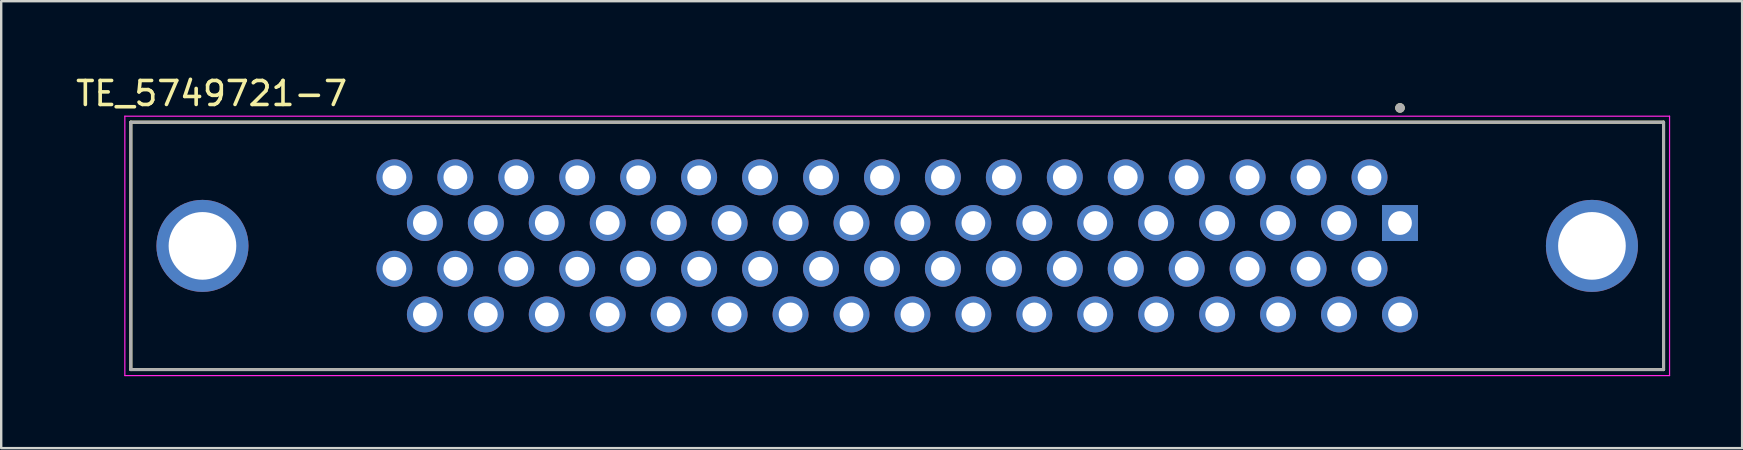
<source format=kicad_pcb>
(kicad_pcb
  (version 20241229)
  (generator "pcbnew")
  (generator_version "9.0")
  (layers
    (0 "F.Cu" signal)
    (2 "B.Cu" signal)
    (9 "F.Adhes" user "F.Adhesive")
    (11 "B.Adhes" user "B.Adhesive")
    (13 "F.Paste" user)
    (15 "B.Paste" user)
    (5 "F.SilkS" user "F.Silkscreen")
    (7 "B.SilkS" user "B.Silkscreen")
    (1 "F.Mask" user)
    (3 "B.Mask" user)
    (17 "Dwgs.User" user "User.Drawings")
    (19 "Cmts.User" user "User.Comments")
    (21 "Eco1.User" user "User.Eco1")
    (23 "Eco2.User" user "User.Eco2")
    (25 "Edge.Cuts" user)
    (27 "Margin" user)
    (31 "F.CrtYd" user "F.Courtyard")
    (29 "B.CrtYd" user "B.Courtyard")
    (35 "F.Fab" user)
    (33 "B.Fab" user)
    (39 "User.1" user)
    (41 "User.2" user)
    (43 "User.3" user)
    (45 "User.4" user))
  (footprint "TE_5749721-7"
    (layer "F.Cu")
    (at 34.343 7.198)
    (property "Reference" "TE_5749721-7" (at -28.575 -6.35 0) (layer "F.SilkS") (effects (font (size 1 1) (thickness 0.15))))
    (attr through_hole)
    (fp_line (start -31.94 -5.155) (end 31.94 -5.155) (stroke (width 0.127) (type solid)) (layer "F.SilkS"))
    (fp_line (start -31.94 5.155) (end -31.94 -5.155) (stroke (width 0.127) (type solid)) (layer "F.SilkS"))
    (fp_line (start 31.94 -5.155) (end 31.94 5.155) (stroke (width 0.127) (type solid)) (layer "F.SilkS"))
    (fp_line (start 31.94 5.155) (end -31.94 5.155) (stroke (width 0.127) (type solid)) (layer "F.SilkS"))
    (fp_circle (center 20.955 -5.75) (end 21.055 -5.75) (stroke (width 0.2) (type solid)) (fill no) (layer "F.SilkS"))
    (fp_line (start -32.19 -5.405) (end 32.19 -5.405) (stroke (width 0.05) (type solid)) (layer "F.CrtYd"))
    (fp_line (start -32.19 5.405) (end -32.19 -5.405) (stroke (width 0.05) (type solid)) (layer "F.CrtYd"))
    (fp_line (start 32.19 -5.405) (end 32.19 5.405) (stroke (width 0.05) (type solid)) (layer "F.CrtYd"))
    (fp_line (start 32.19 5.405) (end -32.19 5.405) (stroke (width 0.05) (type solid)) (layer "F.CrtYd"))
    (fp_line (start -31.94 -5.155) (end 31.94 -5.155) (stroke (width 0.127) (type solid)) (layer "F.Fab"))
    (fp_line (start -31.94 5.155) (end -31.94 -5.155) (stroke (width 0.127) (type solid)) (layer "F.Fab"))
    (fp_line (start 31.94 -5.155) (end 31.94 5.155) (stroke (width 0.127) (type solid)) (layer "F.Fab"))
    (fp_line (start 31.94 5.155) (end -31.94 5.155) (stroke (width 0.127) (type solid)) (layer "F.Fab"))
    (fp_circle (center 20.955 -5.75) (end 21.055 -5.75) (stroke (width 0.2) (type solid)) (fill no) (layer "F.Fab"))
    (pad "1" thru_hole rect (at 20.955 -0.953) (size 1.498 1.498) (drill 0.99) (layers "*.Cu" "*.Mask"))
    (pad "2" thru_hole circle (at 19.685 -2.857) (size 1.498 1.498) (drill 0.99) (layers "*.Cu" "*.Mask"))
    (pad "3" thru_hole circle (at 18.415 -0.953) (size 1.498 1.498) (drill 0.99) (layers "*.Cu" "*.Mask"))
    (pad "4" thru_hole circle (at 17.145 -2.857) (size 1.498 1.498) (drill 0.99) (layers "*.Cu" "*.Mask"))
    (pad "5" thru_hole circle (at 15.875 -0.953) (size 1.498 1.498) (drill 0.99) (layers "*.Cu" "*.Mask"))
    (pad "6" thru_hole circle (at 14.605 -2.857) (size 1.498 1.498) (drill 0.99) (layers "*.Cu" "*.Mask"))
    (pad "7" thru_hole circle (at 13.335 -0.953) (size 1.498 1.498) (drill 0.99) (layers "*.Cu" "*.Mask"))
    (pad "8" thru_hole circle (at 12.065 -2.857) (size 1.498 1.498) (drill 0.99) (layers "*.Cu" "*.Mask"))
    (pad "9" thru_hole circle (at 10.795 -0.953) (size 1.498 1.498) (drill 0.99) (layers "*.Cu" "*.Mask"))
    (pad "10" thru_hole circle (at 9.525 -2.857) (size 1.498 1.498) (drill 0.99) (layers "*.Cu" "*.Mask"))
    (pad "11" thru_hole circle (at 8.255 -0.953) (size 1.498 1.498) (drill 0.99) (layers "*.Cu" "*.Mask"))
    (pad "12" thru_hole circle (at 6.985 -2.857) (size 1.498 1.498) (drill 0.99) (layers "*.Cu" "*.Mask"))
    (pad "13" thru_hole circle (at 5.715 -0.953) (size 1.498 1.498) (drill 0.99) (layers "*.Cu" "*.Mask"))
    (pad "14" thru_hole circle (at 4.445 -2.857) (size 1.498 1.498) (drill 0.99) (layers "*.Cu" "*.Mask"))
    (pad "15" thru_hole circle (at 3.175 -0.953) (size 1.498 1.498) (drill 0.99) (layers "*.Cu" "*.Mask"))
    (pad "16" thru_hole circle (at 1.905 -2.857) (size 1.498 1.498) (drill 0.99) (layers "*.Cu" "*.Mask"))
    (pad "17" thru_hole circle (at 0.635 -0.953) (size 1.498 1.498) (drill 0.99) (layers "*.Cu" "*.Mask"))
    (pad "18" thru_hole circle (at -0.635 -2.857) (size 1.498 1.498) (drill 0.99) (layers "*.Cu" "*.Mask"))
    (pad "19" thru_hole circle (at -1.905 -0.953) (size 1.498 1.498) (drill 0.99) (layers "*.Cu" "*.Mask"))
    (pad "20" thru_hole circle (at -3.175 -2.857) (size 1.498 1.498) (drill 0.99) (layers "*.Cu" "*.Mask"))
    (pad "21" thru_hole circle (at -4.445 -0.953) (size 1.498 1.498) (drill 0.99) (layers "*.Cu" "*.Mask"))
    (pad "22" thru_hole circle (at -5.715 -2.857) (size 1.498 1.498) (drill 0.99) (layers "*.Cu" "*.Mask"))
    (pad "23" thru_hole circle (at -6.985 -0.953) (size 1.498 1.498) (drill 0.99) (layers "*.Cu" "*.Mask"))
    (pad "24" thru_hole circle (at -8.255 -2.857) (size 1.498 1.498) (drill 0.99) (layers "*.Cu" "*.Mask"))
    (pad "25" thru_hole circle (at -9.525 -0.953) (size 1.498 1.498) (drill 0.99) (layers "*.Cu" "*.Mask"))
    (pad "26" thru_hole circle (at -10.795 -2.857) (size 1.498 1.498) (drill 0.99) (layers "*.Cu" "*.Mask"))
    (pad "27" thru_hole circle (at -12.065 -0.953) (size 1.498 1.498) (drill 0.99) (layers "*.Cu" "*.Mask"))
    (pad "28" thru_hole circle (at -13.335 -2.857) (size 1.498 1.498) (drill 0.99) (layers "*.Cu" "*.Mask"))
    (pad "29" thru_hole circle (at -14.605 -0.953) (size 1.498 1.498) (drill 0.99) (layers "*.Cu" "*.Mask"))
    (pad "30" thru_hole circle (at -15.875 -2.857) (size 1.498 1.498) (drill 0.99) (layers "*.Cu" "*.Mask"))
    (pad "31" thru_hole circle (at -17.145 -0.953) (size 1.498 1.498) (drill 0.99) (layers "*.Cu" "*.Mask"))
    (pad "32" thru_hole circle (at -18.415 -2.857) (size 1.498 1.498) (drill 0.99) (layers "*.Cu" "*.Mask"))
    (pad "33" thru_hole circle (at -19.685 -0.953) (size 1.498 1.498) (drill 0.99) (layers "*.Cu" "*.Mask"))
    (pad "34" thru_hole circle (at -20.955 -2.857) (size 1.498 1.498) (drill 0.99) (layers "*.Cu" "*.Mask"))
    (pad "35" thru_hole circle (at 20.955 2.857) (size 1.498 1.498) (drill 0.99) (layers "*.Cu" "*.Mask"))
    (pad "36" thru_hole circle (at 19.685 0.953) (size 1.498 1.498) (drill 0.99) (layers "*.Cu" "*.Mask"))
    (pad "37" thru_hole circle (at 18.415 2.857) (size 1.498 1.498) (drill 0.99) (layers "*.Cu" "*.Mask"))
    (pad "38" thru_hole circle (at 17.145 0.953) (size 1.498 1.498) (drill 0.99) (layers "*.Cu" "*.Mask"))
    (pad "39" thru_hole circle (at 15.875 2.857) (size 1.498 1.498) (drill 0.99) (layers "*.Cu" "*.Mask"))
    (pad "40" thru_hole circle (at 14.605 0.953) (size 1.498 1.498) (drill 0.99) (layers "*.Cu" "*.Mask"))
    (pad "41" thru_hole circle (at 13.335 2.857) (size 1.498 1.498) (drill 0.99) (layers "*.Cu" "*.Mask"))
    (pad "42" thru_hole circle (at 12.065 0.953) (size 1.498 1.498) (drill 0.99) (layers "*.Cu" "*.Mask"))
    (pad "43" thru_hole circle (at 10.795 2.857) (size 1.498 1.498) (drill 0.99) (layers "*.Cu" "*.Mask"))
    (pad "44" thru_hole circle (at 9.525 0.953) (size 1.498 1.498) (drill 0.99) (layers "*.Cu" "*.Mask"))
    (pad "45" thru_hole circle (at 8.255 2.857) (size 1.498 1.498) (drill 0.99) (layers "*.Cu" "*.Mask"))
    (pad "46" thru_hole circle (at 6.985 0.953) (size 1.498 1.498) (drill 0.99) (layers "*.Cu" "*.Mask"))
    (pad "47" thru_hole circle (at 5.715 2.857) (size 1.498 1.498) (drill 0.99) (layers "*.Cu" "*.Mask"))
    (pad "48" thru_hole circle (at 4.445 0.953) (size 1.498 1.498) (drill 0.99) (layers "*.Cu" "*.Mask"))
    (pad "49" thru_hole circle (at 3.175 2.857) (size 1.498 1.498) (drill 0.99) (layers "*.Cu" "*.Mask"))
    (pad "50" thru_hole circle (at 1.905 0.953) (size 1.498 1.498) (drill 0.99) (layers "*.Cu" "*.Mask"))
    (pad "51" thru_hole circle (at 0.635 2.857) (size 1.498 1.498) (drill 0.99) (layers "*.Cu" "*.Mask"))
    (pad "52" thru_hole circle (at -0.635 0.953) (size 1.498 1.498) (drill 0.99) (layers "*.Cu" "*.Mask"))
    (pad "53" thru_hole circle (at -1.905 2.857) (size 1.498 1.498) (drill 0.99) (layers "*.Cu" "*.Mask"))
    (pad "54" thru_hole circle (at -3.175 0.953) (size 1.498 1.498) (drill 0.99) (layers "*.Cu" "*.Mask"))
    (pad "55" thru_hole circle (at -4.445 2.857) (size 1.498 1.498) (drill 0.99) (layers "*.Cu" "*.Mask"))
    (pad "56" thru_hole circle (at -5.715 0.953) (size 1.498 1.498) (drill 0.99) (layers "*.Cu" "*.Mask"))
    (pad "57" thru_hole circle (at -6.985 2.857) (size 1.498 1.498) (drill 0.99) (layers "*.Cu" "*.Mask"))
    (pad "58" thru_hole circle (at -8.255 0.953) (size 1.498 1.498) (drill 0.99) (layers "*.Cu" "*.Mask"))
    (pad "59" thru_hole circle (at -9.525 2.857) (size 1.498 1.498) (drill 0.99) (layers "*.Cu" "*.Mask"))
    (pad "60" thru_hole circle (at -10.795 0.953) (size 1.498 1.498) (drill 0.99) (layers "*.Cu" "*.Mask"))
    (pad "61" thru_hole circle (at -12.065 2.857) (size 1.498 1.498) (drill 0.99) (layers "*.Cu" "*.Mask"))
    (pad "62" thru_hole circle (at -13.335 0.953) (size 1.498 1.498) (drill 0.99) (layers "*.Cu" "*.Mask"))
    (pad "63" thru_hole circle (at -14.605 2.857) (size 1.498 1.498) (drill 0.99) (layers "*.Cu" "*.Mask"))
    (pad "64" thru_hole circle (at -15.875 0.953) (size 1.498 1.498) (drill 0.99) (layers "*.Cu" "*.Mask"))
    (pad "65" thru_hole circle (at -17.145 2.857) (size 1.498 1.498) (drill 0.99) (layers "*.Cu" "*.Mask"))
    (pad "66" thru_hole circle (at -18.415 0.953) (size 1.498 1.498) (drill 0.99) (layers "*.Cu" "*.Mask"))
    (pad "67" thru_hole circle (at -19.685 2.857) (size 1.498 1.498) (drill 0.99) (layers "*.Cu" "*.Mask"))
    (pad "68" thru_hole circle (at -20.955 0.953) (size 1.498 1.498) (drill 0.99) (layers "*.Cu" "*.Mask"))
    (pad "SH1" thru_hole circle (at -28.955 0) (size 3.836 3.836) (drill 2.82) (layers "*.Cu" "*.Mask"))
    (pad "SH2" thru_hole circle (at 28.955 0) (size 3.836 3.836) (drill 2.82) (layers "*.Cu" "*.Mask")))
  (gr_rect
    (start -3 -3)
    (end 69.558 15.628)
    (stroke (width 0.1) (type default))
    (fill no)
    (layer "Edge.Cuts")))
</source>
